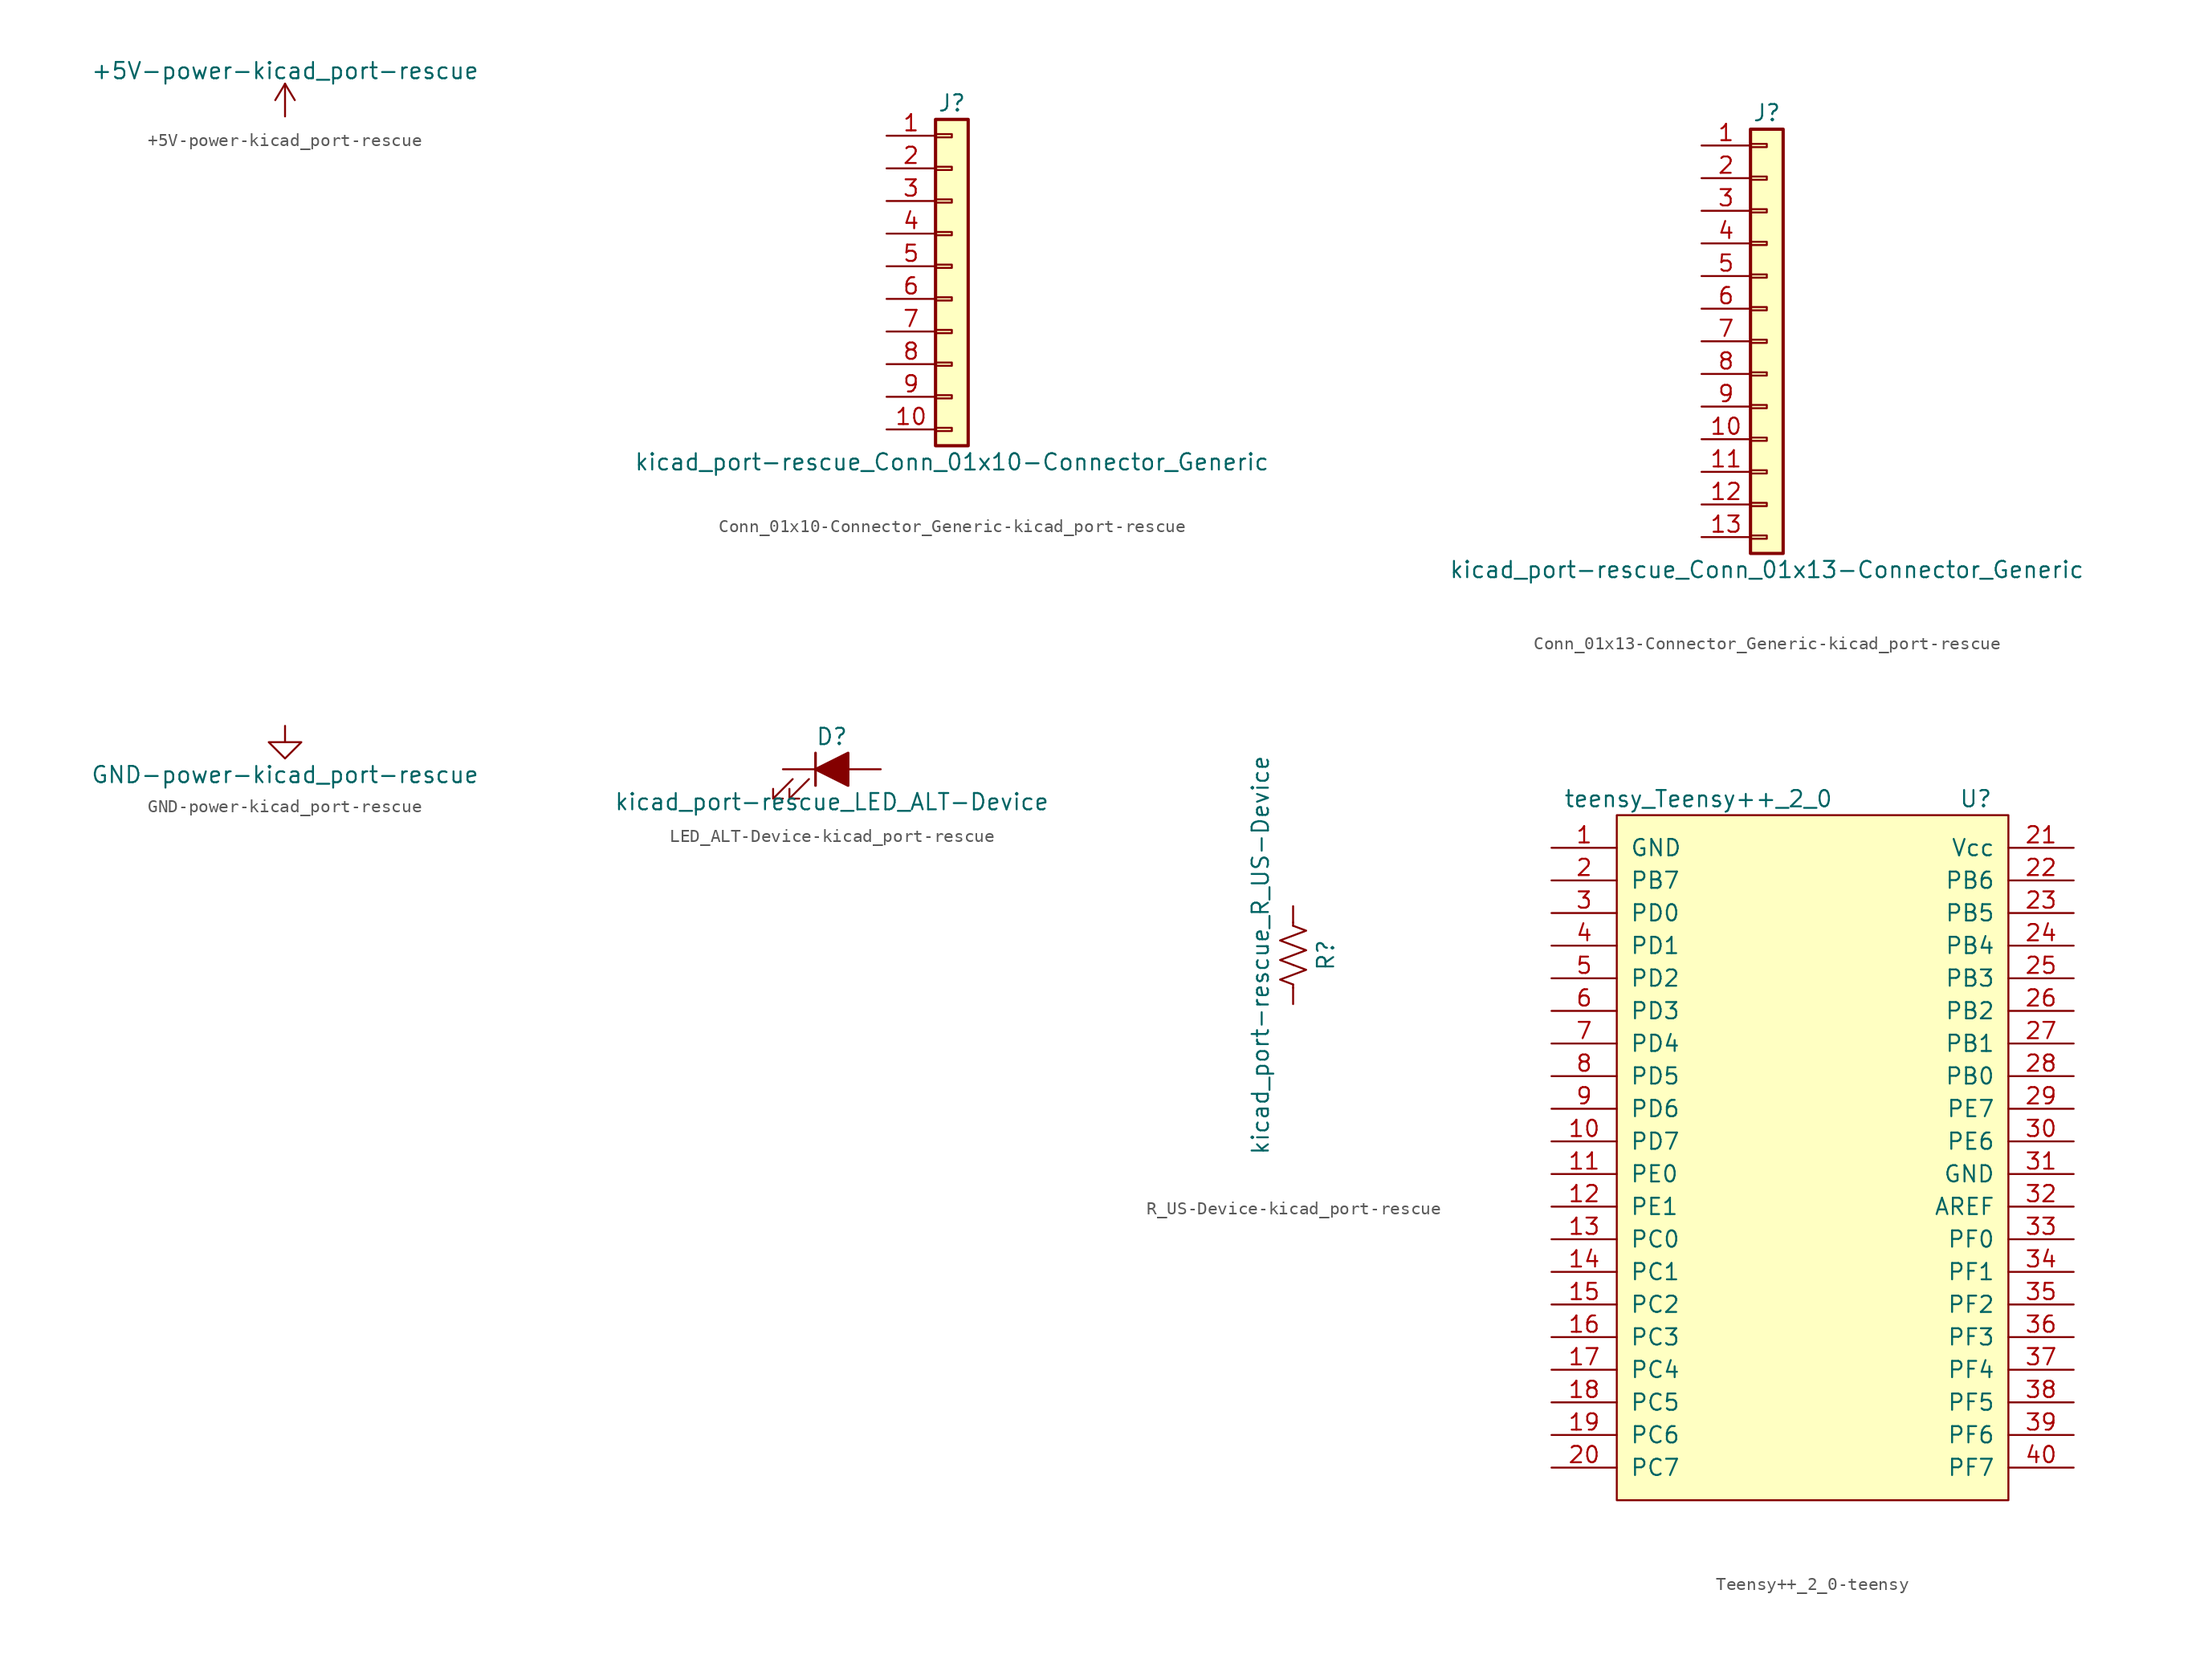
<source format=kicad_sym>
(kicad_symbol_lib
  (version 20220914)
  (generator kicad_symbol_editor)
  (symbol "+5V-power-kicad_port-rescue"
    (power)
    (pin_names
      (offset 0))
    (property "Reference" "#PWR"
      (at 0 -3.81 0)
      (effects (font (size 1.27 1.27)) hide))
    (property "Value" "+5V-power-kicad_port-rescue"
      (at 0 3.556 0)
      (effects (font (size 1.27 1.27))))
    (symbol "+5V-power-kicad_port-rescue_0_1"
      (polyline (pts (xy -0.762 1.27) (xy 0 2.54)) (stroke (width 0) (type solid)) (fill (type none)))
      (polyline (pts (xy 0 0) (xy 0 2.54)) (stroke (width 0) (type solid)) (fill (type none)))
      (polyline (pts (xy 0 2.54) (xy 0.762 1.27)) (stroke (width 0) (type solid)) (fill (type none))))
    (symbol "+5V-power-kicad_port-rescue_1_1"
      (pin power_in line (at 0 0 90) (length 0) hide (name "+5V" (effects (font (size 1.27 1.27)))) (number "1" (effects (font (size 1.27 1.27)))))))
  (symbol "Conn_01x10-Connector_Generic-kicad_port-rescue"
    (pin_names
      (offset 1.016) hide)
    (property "Reference" "J"
      (at 0 12.7 0)
      (effects (font (size 1.27 1.27))))
    (property "Value" "kicad_port-rescue_Conn_01x10-Connector_Generic"
      (at 0 -15.24 0)
      (effects (font (size 1.27 1.27))))
    (symbol "Conn_01x10-Connector_Generic-kicad_port-rescue_1_1"
      (rectangle (start -1.27 -12.573) (end 0 -12.827) (stroke (width 0.152) (type solid)) (fill (type none)))
      (rectangle (start -1.27 -10.033) (end 0 -10.287) (stroke (width 0.152) (type solid)) (fill (type none)))
      (rectangle (start -1.27 -7.493) (end 0 -7.747) (stroke (width 0.152) (type solid)) (fill (type none)))
      (rectangle (start -1.27 -4.953) (end 0 -5.207) (stroke (width 0.152) (type solid)) (fill (type none)))
      (rectangle (start -1.27 -2.413) (end 0 -2.667) (stroke (width 0.152) (type solid)) (fill (type none)))
      (rectangle (start -1.27 0.127) (end 0 -0.127) (stroke (width 0.152) (type solid)) (fill (type none)))
      (rectangle (start -1.27 2.667) (end 0 2.413) (stroke (width 0.152) (type solid)) (fill (type none)))
      (rectangle (start -1.27 5.207) (end 0 4.953) (stroke (width 0.152) (type solid)) (fill (type none)))
      (rectangle (start -1.27 7.747) (end 0 7.493) (stroke (width 0.152) (type solid)) (fill (type none)))
      (rectangle (start -1.27 10.287) (end 0 10.033) (stroke (width 0.152) (type solid)) (fill (type none)))
      (rectangle (start -1.27 11.43) (end 1.27 -13.97) (stroke (width 0.254) (type solid)) (fill (type background)))
      (pin passive line (at -5.08 10.16 0) (length 3.81) (name "Pin_1" (effects (font (size 1.27 1.27)))) (number "1" (effects (font (size 1.27 1.27)))))
      (pin passive line (at -5.08 -12.7 0) (length 3.81) (name "Pin_10" (effects (font (size 1.27 1.27)))) (number "10" (effects (font (size 1.27 1.27)))))
      (pin passive line (at -5.08 7.62 0) (length 3.81) (name "Pin_2" (effects (font (size 1.27 1.27)))) (number "2" (effects (font (size 1.27 1.27)))))
      (pin passive line (at -5.08 5.08 0) (length 3.81) (name "Pin_3" (effects (font (size 1.27 1.27)))) (number "3" (effects (font (size 1.27 1.27)))))
      (pin passive line (at -5.08 2.54 0) (length 3.81) (name "Pin_4" (effects (font (size 1.27 1.27)))) (number "4" (effects (font (size 1.27 1.27)))))
      (pin passive line (at -5.08 0 0) (length 3.81) (name "Pin_5" (effects (font (size 1.27 1.27)))) (number "5" (effects (font (size 1.27 1.27)))))
      (pin passive line (at -5.08 -2.54 0) (length 3.81) (name "Pin_6" (effects (font (size 1.27 1.27)))) (number "6" (effects (font (size 1.27 1.27)))))
      (pin passive line (at -5.08 -5.08 0) (length 3.81) (name "Pin_7" (effects (font (size 1.27 1.27)))) (number "7" (effects (font (size 1.27 1.27)))))
      (pin passive line (at -5.08 -7.62 0) (length 3.81) (name "Pin_8" (effects (font (size 1.27 1.27)))) (number "8" (effects (font (size 1.27 1.27)))))
      (pin passive line (at -5.08 -10.16 0) (length 3.81) (name "Pin_9" (effects (font (size 1.27 1.27)))) (number "9" (effects (font (size 1.27 1.27)))))))
  (symbol "Conn_01x13-Connector_Generic-kicad_port-rescue"
    (pin_names
      (offset 1.016) hide)
    (property "Reference" "J"
      (at 0 17.78 0)
      (effects (font (size 1.27 1.27))))
    (property "Value" "kicad_port-rescue_Conn_01x13-Connector_Generic"
      (at 0 -17.78 0)
      (effects (font (size 1.27 1.27))))
    (symbol "Conn_01x13-Connector_Generic-kicad_port-rescue_1_1"
      (rectangle (start -1.27 -15.113) (end 0 -15.367) (stroke (width 0.152) (type solid)) (fill (type none)))
      (rectangle (start -1.27 -12.573) (end 0 -12.827) (stroke (width 0.152) (type solid)) (fill (type none)))
      (rectangle (start -1.27 -10.033) (end 0 -10.287) (stroke (width 0.152) (type solid)) (fill (type none)))
      (rectangle (start -1.27 -7.493) (end 0 -7.747) (stroke (width 0.152) (type solid)) (fill (type none)))
      (rectangle (start -1.27 -4.953) (end 0 -5.207) (stroke (width 0.152) (type solid)) (fill (type none)))
      (rectangle (start -1.27 -2.413) (end 0 -2.667) (stroke (width 0.152) (type solid)) (fill (type none)))
      (rectangle (start -1.27 0.127) (end 0 -0.127) (stroke (width 0.152) (type solid)) (fill (type none)))
      (rectangle (start -1.27 2.667) (end 0 2.413) (stroke (width 0.152) (type solid)) (fill (type none)))
      (rectangle (start -1.27 5.207) (end 0 4.953) (stroke (width 0.152) (type solid)) (fill (type none)))
      (rectangle (start -1.27 7.747) (end 0 7.493) (stroke (width 0.152) (type solid)) (fill (type none)))
      (rectangle (start -1.27 10.287) (end 0 10.033) (stroke (width 0.152) (type solid)) (fill (type none)))
      (rectangle (start -1.27 12.827) (end 0 12.573) (stroke (width 0.152) (type solid)) (fill (type none)))
      (rectangle (start -1.27 15.367) (end 0 15.113) (stroke (width 0.152) (type solid)) (fill (type none)))
      (rectangle (start -1.27 16.51) (end 1.27 -16.51) (stroke (width 0.254) (type solid)) (fill (type background)))
      (pin passive line (at -5.08 15.24 0) (length 3.81) (name "Pin_1" (effects (font (size 1.27 1.27)))) (number "1" (effects (font (size 1.27 1.27)))))
      (pin passive line (at -5.08 -7.62 0) (length 3.81) (name "Pin_10" (effects (font (size 1.27 1.27)))) (number "10" (effects (font (size 1.27 1.27)))))
      (pin passive line (at -5.08 -10.16 0) (length 3.81) (name "Pin_11" (effects (font (size 1.27 1.27)))) (number "11" (effects (font (size 1.27 1.27)))))
      (pin passive line (at -5.08 -12.7 0) (length 3.81) (name "Pin_12" (effects (font (size 1.27 1.27)))) (number "12" (effects (font (size 1.27 1.27)))))
      (pin passive line (at -5.08 -15.24 0) (length 3.81) (name "Pin_13" (effects (font (size 1.27 1.27)))) (number "13" (effects (font (size 1.27 1.27)))))
      (pin passive line (at -5.08 12.7 0) (length 3.81) (name "Pin_2" (effects (font (size 1.27 1.27)))) (number "2" (effects (font (size 1.27 1.27)))))
      (pin passive line (at -5.08 10.16 0) (length 3.81) (name "Pin_3" (effects (font (size 1.27 1.27)))) (number "3" (effects (font (size 1.27 1.27)))))
      (pin passive line (at -5.08 7.62 0) (length 3.81) (name "Pin_4" (effects (font (size 1.27 1.27)))) (number "4" (effects (font (size 1.27 1.27)))))
      (pin passive line (at -5.08 5.08 0) (length 3.81) (name "Pin_5" (effects (font (size 1.27 1.27)))) (number "5" (effects (font (size 1.27 1.27)))))
      (pin passive line (at -5.08 2.54 0) (length 3.81) (name "Pin_6" (effects (font (size 1.27 1.27)))) (number "6" (effects (font (size 1.27 1.27)))))
      (pin passive line (at -5.08 0 0) (length 3.81) (name "Pin_7" (effects (font (size 1.27 1.27)))) (number "7" (effects (font (size 1.27 1.27)))))
      (pin passive line (at -5.08 -2.54 0) (length 3.81) (name "Pin_8" (effects (font (size 1.27 1.27)))) (number "8" (effects (font (size 1.27 1.27)))))
      (pin passive line (at -5.08 -5.08 0) (length 3.81) (name "Pin_9" (effects (font (size 1.27 1.27)))) (number "9" (effects (font (size 1.27 1.27)))))))
  (symbol "GND-power-kicad_port-rescue"
    (power)
    (pin_names
      (offset 0))
    (property "Reference" "#PWR"
      (at 0 -6.35 0)
      (effects (font (size 1.27 1.27)) hide))
    (property "Value" "GND-power-kicad_port-rescue"
      (at 0 -3.81 0)
      (effects (font (size 1.27 1.27))))
    (symbol "GND-power-kicad_port-rescue_0_1"
      (polyline (pts (xy 0 0) (xy 0 -1.27) (xy 1.27 -1.27) (xy 0 -2.54) (xy -1.27 -1.27) (xy 0 -1.27)) (stroke (width 0) (type solid)) (fill (type none))))
    (symbol "GND-power-kicad_port-rescue_1_1"
      (pin power_in line (at 0 0 270) (length 0) hide (name "GND" (effects (font (size 1.27 1.27)))) (number "1" (effects (font (size 1.27 1.27)))))))
  (symbol "LED_ALT-Device-kicad_port-rescue"
    (pin_numbers hide)
    (pin_names
      (offset 1.016) hide)
    (property "Reference" "D"
      (at 0 2.54 0)
      (effects (font (size 1.27 1.27))))
    (property "Value" "kicad_port-rescue_LED_ALT-Device"
      (at 0 -2.54 0)
      (effects (font (size 1.27 1.27))))
    (symbol "LED_ALT-Device-kicad_port-rescue_0_1"
      (polyline (pts (xy -1.27 -1.27) (xy -1.27 1.27)) (stroke (width 0.203) (type solid)) (fill (type none)))
      (polyline (pts (xy -1.27 0) (xy 1.27 0)) (stroke (width 0) (type solid)) (fill (type none)))
      (polyline (pts (xy 1.27 -1.27) (xy 1.27 1.27) (xy -1.27 0) (xy 1.27 -1.27)) (stroke (width 0.203) (type solid)) (fill (type outline)))
      (polyline (pts (xy -3.048 -0.762) (xy -4.572 -2.286) (xy -3.81 -2.286) (xy -4.572 -2.286) (xy -4.572 -1.524)) (stroke (width 0) (type solid)) (fill (type none)))
      (polyline (pts (xy -1.778 -0.762) (xy -3.302 -2.286) (xy -2.54 -2.286) (xy -3.302 -2.286) (xy -3.302 -1.524)) (stroke (width 0) (type solid)) (fill (type none))))
    (symbol "LED_ALT-Device-kicad_port-rescue_1_1"
      (pin passive line (at -3.81 0 0) (length 2.54) (name "K" (effects (font (size 1.27 1.27)))) (number "1" (effects (font (size 1.27 1.27)))))
      (pin passive line (at 3.81 0 180) (length 2.54) (name "A" (effects (font (size 1.27 1.27)))) (number "2" (effects (font (size 1.27 1.27)))))))
  (symbol "R_US-Device-kicad_port-rescue"
    (pin_numbers hide)
    (pin_names
      (offset 0))
    (property "Reference" "R"
      (at 2.54 0 90)
      (effects (font (size 1.27 1.27))))
    (property "Value" "kicad_port-rescue_R_US-Device"
      (at -2.54 0 90)
      (effects (font (size 1.27 1.27))))
    (symbol "R_US-Device-kicad_port-rescue_0_1"
      (polyline (pts (xy 0 -2.286) (xy 0 -2.54)) (stroke (width 0) (type solid)) (fill (type none)))
      (polyline (pts (xy 0 2.286) (xy 0 2.54)) (stroke (width 0) (type solid)) (fill (type none)))
      (polyline (pts (xy 0 -0.762) (xy 1.016 -1.143) (xy 0 -1.524) (xy -1.016 -1.905) (xy 0 -2.286)) (stroke (width 0) (type solid)) (fill (type none)))
      (polyline (pts (xy 0 0.762) (xy 1.016 0.381) (xy 0 0) (xy -1.016 -0.381) (xy 0 -0.762)) (stroke (width 0) (type solid)) (fill (type none)))
      (polyline (pts (xy 0 2.286) (xy 1.016 1.905) (xy 0 1.524) (xy -1.016 1.143) (xy 0 0.762)) (stroke (width 0) (type solid)) (fill (type none))))
    (symbol "R_US-Device-kicad_port-rescue_1_1"
      (pin passive line (at 0 3.81 270) (length 1.27) (name "~" (effects (font (size 1.27 1.27)))) (number "1" (effects (font (size 1.27 1.27)))))
      (pin passive line (at 0 -3.81 90) (length 1.27) (name "~" (effects (font (size 1.27 1.27)))) (number "2" (effects (font (size 1.27 1.27)))))))
  (symbol "Teensy++_2_0-teensy"
    (pin_names
      (offset 1.016))
    (property "Reference" "U"
      (at 21.59 50.8 0)
      (effects (font (size 1.27 1.27))))
    (property "Value" "teensy_Teensy++_2_0"
      (at 0 50.8 0)
      (effects (font (size 1.27 1.27))))
    (symbol "Teensy++_2_0-teensy_0_1"
      (rectangle (start -6.35 49.53) (end 24.13 -3.81) (stroke (width 0) (type solid)) (fill (type background))))
    (symbol "Teensy++_2_0-teensy_1_1"
      (pin passive line (at -11.43 46.99 0) (length 5.08) (name "GND" (effects (font (size 1.27 1.27)))) (number "1" (effects (font (size 1.27 1.27)))))
      (pin bidirectional line (at -11.43 24.13 0) (length 5.08) (name "PD7" (effects (font (size 1.27 1.27)))) (number "10" (effects (font (size 1.27 1.27)))))
      (pin bidirectional line (at -11.43 21.59 0) (length 5.08) (name "PE0" (effects (font (size 1.27 1.27)))) (number "11" (effects (font (size 1.27 1.27)))))
      (pin bidirectional line (at -11.43 19.05 0) (length 5.08) (name "PE1" (effects (font (size 1.27 1.27)))) (number "12" (effects (font (size 1.27 1.27)))))
      (pin bidirectional line (at -11.43 16.51 0) (length 5.08) (name "PC0" (effects (font (size 1.27 1.27)))) (number "13" (effects (font (size 1.27 1.27)))))
      (pin bidirectional line (at -11.43 13.97 0) (length 5.08) (name "PC1" (effects (font (size 1.27 1.27)))) (number "14" (effects (font (size 1.27 1.27)))))
      (pin bidirectional line (at -11.43 11.43 0) (length 5.08) (name "PC2" (effects (font (size 1.27 1.27)))) (number "15" (effects (font (size 1.27 1.27)))))
      (pin bidirectional line (at -11.43 8.89 0) (length 5.08) (name "PC3" (effects (font (size 1.27 1.27)))) (number "16" (effects (font (size 1.27 1.27)))))
      (pin bidirectional line (at -11.43 6.35 0) (length 5.08) (name "PC4" (effects (font (size 1.27 1.27)))) (number "17" (effects (font (size 1.27 1.27)))))
      (pin bidirectional line (at -11.43 3.81 0) (length 5.08) (name "PC5" (effects (font (size 1.27 1.27)))) (number "18" (effects (font (size 1.27 1.27)))))
      (pin bidirectional line (at -11.43 1.27 0) (length 5.08) (name "PC6" (effects (font (size 1.27 1.27)))) (number "19" (effects (font (size 1.27 1.27)))))
      (pin bidirectional line (at -11.43 44.45 0) (length 5.08) (name "PB7" (effects (font (size 1.27 1.27)))) (number "2" (effects (font (size 1.27 1.27)))))
      (pin bidirectional line (at -11.43 -1.27 0) (length 5.08) (name "PC7" (effects (font (size 1.27 1.27)))) (number "20" (effects (font (size 1.27 1.27)))))
      (pin passive line (at 29.21 46.99 180) (length 5.08) (name "Vcc" (effects (font (size 1.27 1.27)))) (number "21" (effects (font (size 1.27 1.27)))))
      (pin bidirectional line (at 29.21 44.45 180) (length 5.08) (name "PB6" (effects (font (size 1.27 1.27)))) (number "22" (effects (font (size 1.27 1.27)))))
      (pin bidirectional line (at 29.21 41.91 180) (length 5.08) (name "PB5" (effects (font (size 1.27 1.27)))) (number "23" (effects (font (size 1.27 1.27)))))
      (pin bidirectional line (at 29.21 39.37 180) (length 5.08) (name "PB4" (effects (font (size 1.27 1.27)))) (number "24" (effects (font (size 1.27 1.27)))))
      (pin bidirectional line (at 29.21 36.83 180) (length 5.08) (name "PB3" (effects (font (size 1.27 1.27)))) (number "25" (effects (font (size 1.27 1.27)))))
      (pin bidirectional line (at 29.21 34.29 180) (length 5.08) (name "PB2" (effects (font (size 1.27 1.27)))) (number "26" (effects (font (size 1.27 1.27)))))
      (pin bidirectional line (at 29.21 31.75 180) (length 5.08) (name "PB1" (effects (font (size 1.27 1.27)))) (number "27" (effects (font (size 1.27 1.27)))))
      (pin bidirectional line (at 29.21 29.21 180) (length 5.08) (name "PB0" (effects (font (size 1.27 1.27)))) (number "28" (effects (font (size 1.27 1.27)))))
      (pin bidirectional line (at 29.21 26.67 180) (length 5.08) (name "PE7" (effects (font (size 1.27 1.27)))) (number "29" (effects (font (size 1.27 1.27)))))
      (pin bidirectional line (at -11.43 41.91 0) (length 5.08) (name "PD0" (effects (font (size 1.27 1.27)))) (number "3" (effects (font (size 1.27 1.27)))))
      (pin bidirectional line (at 29.21 24.13 180) (length 5.08) (name "PE6" (effects (font (size 1.27 1.27)))) (number "30" (effects (font (size 1.27 1.27)))))
      (pin passive line (at 29.21 21.59 180) (length 5.08) (name "GND" (effects (font (size 1.27 1.27)))) (number "31" (effects (font (size 1.27 1.27)))))
      (pin passive line (at 29.21 19.05 180) (length 5.08) (name "AREF" (effects (font (size 1.27 1.27)))) (number "32" (effects (font (size 1.27 1.27)))))
      (pin bidirectional line (at 29.21 16.51 180) (length 5.08) (name "PF0" (effects (font (size 1.27 1.27)))) (number "33" (effects (font (size 1.27 1.27)))))
      (pin bidirectional line (at 29.21 13.97 180) (length 5.08) (name "PF1" (effects (font (size 1.27 1.27)))) (number "34" (effects (font (size 1.27 1.27)))))
      (pin bidirectional line (at 29.21 11.43 180) (length 5.08) (name "PF2" (effects (font (size 1.27 1.27)))) (number "35" (effects (font (size 1.27 1.27)))))
      (pin bidirectional line (at 29.21 8.89 180) (length 5.08) (name "PF3" (effects (font (size 1.27 1.27)))) (number "36" (effects (font (size 1.27 1.27)))))
      (pin bidirectional line (at 29.21 6.35 180) (length 5.08) (name "PF4" (effects (font (size 1.27 1.27)))) (number "37" (effects (font (size 1.27 1.27)))))
      (pin bidirectional line (at 29.21 3.81 180) (length 5.08) (name "PF5" (effects (font (size 1.27 1.27)))) (number "38" (effects (font (size 1.27 1.27)))))
      (pin bidirectional line (at 29.21 1.27 180) (length 5.08) (name "PF6" (effects (font (size 1.27 1.27)))) (number "39" (effects (font (size 1.27 1.27)))))
      (pin bidirectional line (at -11.43 39.37 0) (length 5.08) (name "PD1" (effects (font (size 1.27 1.27)))) (number "4" (effects (font (size 1.27 1.27)))))
      (pin bidirectional line (at 29.21 -1.27 180) (length 5.08) (name "PF7" (effects (font (size 1.27 1.27)))) (number "40" (effects (font (size 1.27 1.27)))))
      (pin bidirectional line (at -11.43 36.83 0) (length 5.08) (name "PD2" (effects (font (size 1.27 1.27)))) (number "5" (effects (font (size 1.27 1.27)))))
      (pin bidirectional line (at -11.43 34.29 0) (length 5.08) (name "PD3" (effects (font (size 1.27 1.27)))) (number "6" (effects (font (size 1.27 1.27)))))
      (pin bidirectional line (at -11.43 31.75 0) (length 5.08) (name "PD4" (effects (font (size 1.27 1.27)))) (number "7" (effects (font (size 1.27 1.27)))))
      (pin bidirectional line (at -11.43 29.21 0) (length 5.08) (name "PD5" (effects (font (size 1.27 1.27)))) (number "8" (effects (font (size 1.27 1.27)))))
      (pin bidirectional line (at -11.43 26.67 0) (length 5.08) (name "PD6" (effects (font (size 1.27 1.27)))) (number "9" (effects (font (size 1.27 1.27))))))))
</source>
